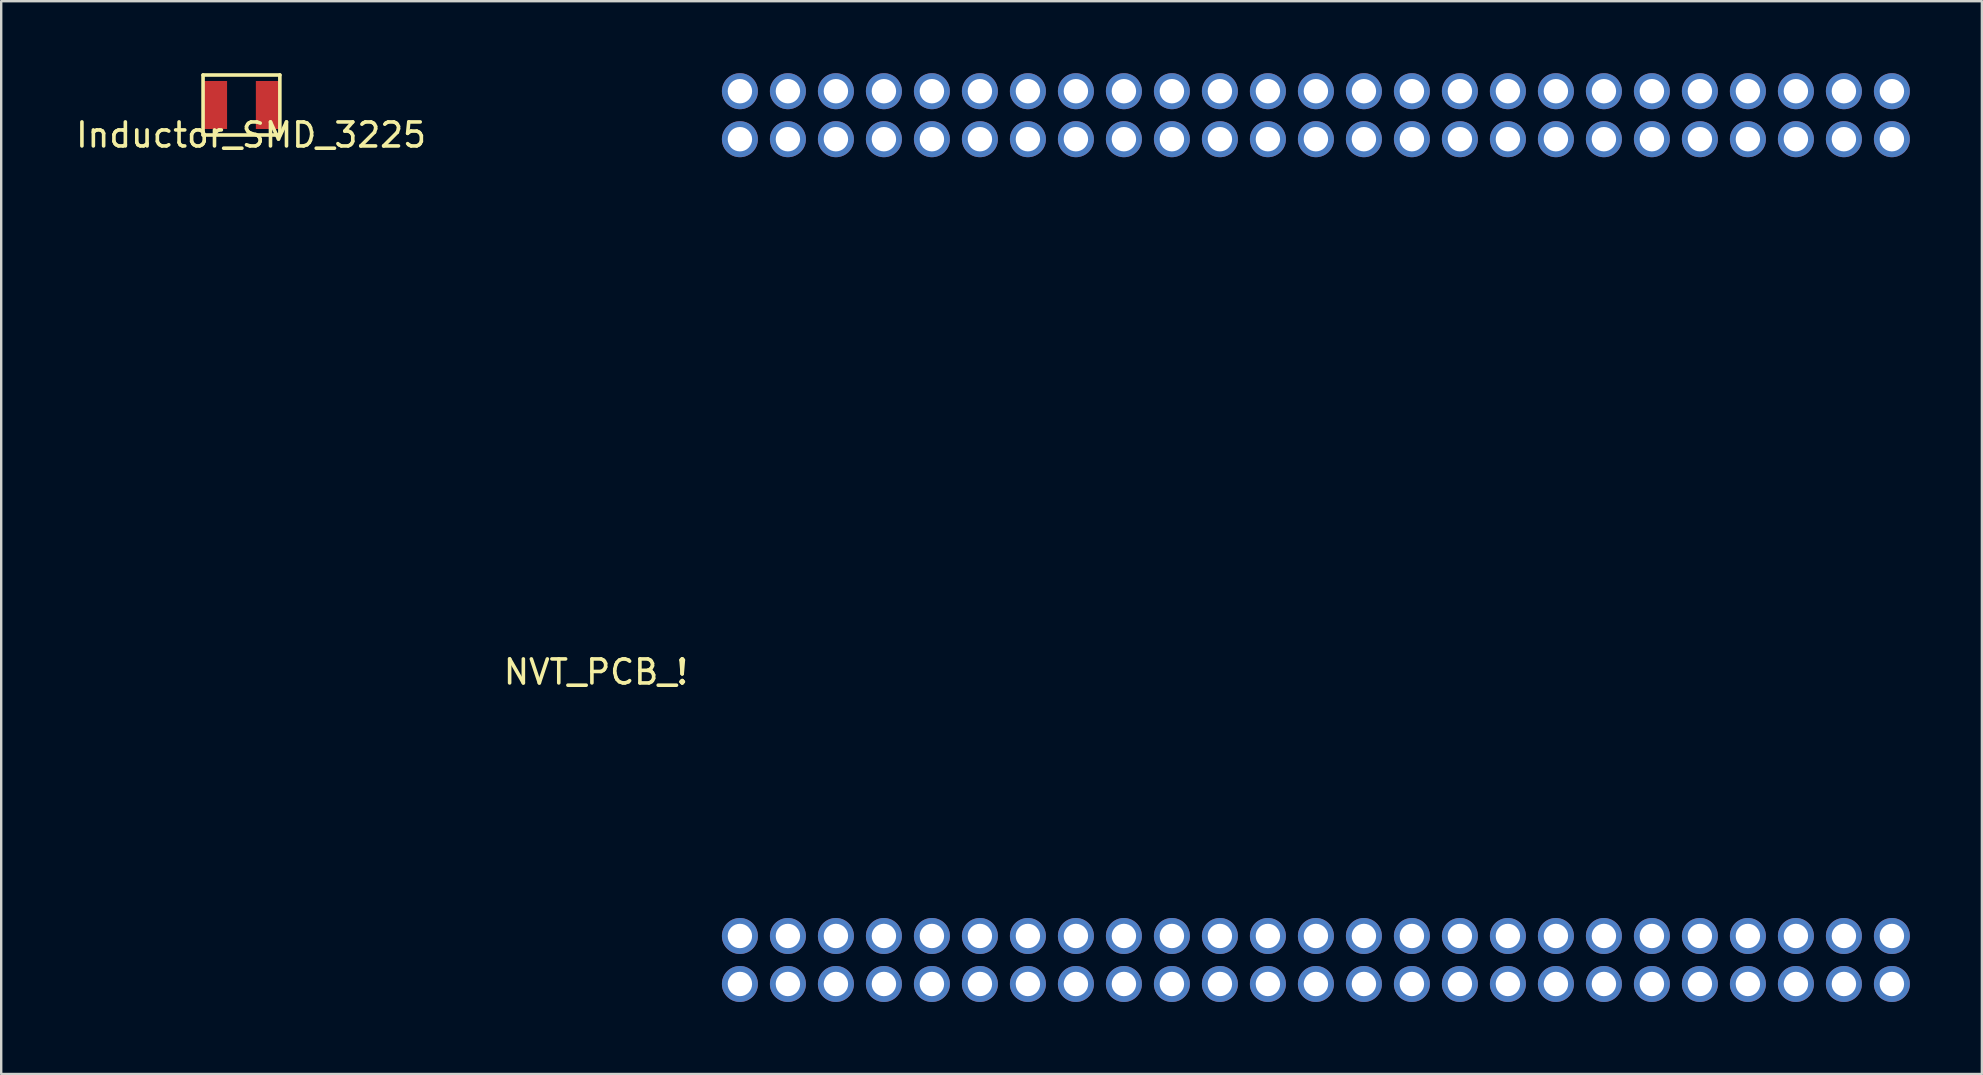
<source format=kicad_pcb>
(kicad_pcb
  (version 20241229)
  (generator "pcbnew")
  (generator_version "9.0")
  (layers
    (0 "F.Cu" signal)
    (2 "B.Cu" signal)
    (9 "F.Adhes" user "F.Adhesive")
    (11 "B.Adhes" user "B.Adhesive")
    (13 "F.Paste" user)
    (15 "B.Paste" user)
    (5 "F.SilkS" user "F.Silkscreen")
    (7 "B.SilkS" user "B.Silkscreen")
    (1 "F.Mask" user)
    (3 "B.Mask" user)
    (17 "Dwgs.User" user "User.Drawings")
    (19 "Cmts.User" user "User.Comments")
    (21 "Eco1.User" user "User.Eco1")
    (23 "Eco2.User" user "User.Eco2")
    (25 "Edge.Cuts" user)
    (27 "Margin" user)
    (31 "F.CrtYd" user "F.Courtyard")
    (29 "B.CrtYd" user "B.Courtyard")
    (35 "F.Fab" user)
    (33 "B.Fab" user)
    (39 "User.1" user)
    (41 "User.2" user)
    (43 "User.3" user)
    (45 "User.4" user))
  (footprint "Inductor_SMD_3225"
    (layer "F.Cu")
    (at 7.411 2.075)
    (property "Reference" "Inductor_SMD_3225" (at 0 0.5 0) (layer "F.SilkS") (effects (font (size 1 1) (thickness 0.15))))
    (attr through_hole)
    (fp_line (start -2 -2) (end 1.2 -2) (stroke (width 0.15) (type solid)) (layer "F.SilkS"))
    (fp_line (start -2 0.5) (end -2 -2) (stroke (width 0.15) (type solid)) (layer "F.SilkS"))
    (fp_line (start 1.2 -2) (end 1.2 0.5) (stroke (width 0.15) (type solid)) (layer "F.SilkS"))
    (fp_line (start 1.2 0.5) (end -2 0.5) (stroke (width 0.15) (type solid)) (layer "F.SilkS"))
    (pad "1" smd rect (at -1.5 -0.75) (size 1 2) (layers "F.Cu" "F.Mask" "F.Paste"))
    (pad "2" smd rect (at 0.7 -0.75) (size 1 2) (layers "F.Cu" "F.Mask" "F.Paste")))
  (footprint "NVT_PCB_!"
    (layer "F.Cu")
    (at 27.78 37.95)
    (property "Reference" "NVT_PCB_!" (at -6 -13 0) (layer "F.SilkS") (effects (font (size 1 1) (thickness 0.15))))
    (attr through_hole)
    (pad "1" thru_hole circle (at 0 -35.2 180) (size 1.5 1.5) (drill 1.016) (layers "*.Cu" "*.Mask"))
    (pad "1" thru_hole circle (at 0 0 180) (size 1.5 1.5) (drill 1.016) (layers "*.Cu" "*.Mask"))
    (pad "2" thru_hole circle (at 0 -37.2 180) (size 1.5 1.5) (drill 1.016) (layers "*.Cu" "*.Mask"))
    (pad "2" thru_hole circle (at 0 -2 180) (size 1.5 1.5) (drill 1.016) (layers "*.Cu" "*.Mask"))
    (pad "3" thru_hole circle (at 2 -35.2 180) (size 1.5 1.5) (drill 1.016) (layers "*.Cu" "*.Mask"))
    (pad "3" thru_hole circle (at 2 0 180) (size 1.5 1.5) (drill 1.016) (layers "*.Cu" "*.Mask"))
    (pad "4" thru_hole circle (at 2 -37.2 180) (size 1.5 1.5) (drill 1.016) (layers "*.Cu" "*.Mask"))
    (pad "4" thru_hole circle (at 2 -2 180) (size 1.5 1.5) (drill 1.016) (layers "*.Cu" "*.Mask"))
    (pad "5" thru_hole circle (at 4 -35.2 180) (size 1.5 1.5) (drill 1.016) (layers "*.Cu" "*.Mask"))
    (pad "5" thru_hole circle (at 4 0 180) (size 1.5 1.5) (drill 1.016) (layers "*.Cu" "*.Mask"))
    (pad "6" thru_hole circle (at 4 -37.2 180) (size 1.5 1.5) (drill 1.016) (layers "*.Cu" "*.Mask"))
    (pad "6" thru_hole circle (at 4 -2 180) (size 1.5 1.5) (drill 1.016) (layers "*.Cu" "*.Mask"))
    (pad "7" thru_hole circle (at 6 -35.2 180) (size 1.5 1.5) (drill 1.016) (layers "*.Cu" "*.Mask"))
    (pad "7" thru_hole circle (at 6 0 180) (size 1.5 1.5) (drill 1.016) (layers "*.Cu" "*.Mask"))
    (pad "8" thru_hole circle (at 6 -37.2 180) (size 1.5 1.5) (drill 1.016) (layers "*.Cu" "*.Mask"))
    (pad "8" thru_hole circle (at 6 -2 180) (size 1.5 1.5) (drill 1.016) (layers "*.Cu" "*.Mask"))
    (pad "9" thru_hole circle (at 8 -35.2 180) (size 1.5 1.5) (drill 1.016) (layers "*.Cu" "*.Mask"))
    (pad "9" thru_hole circle (at 8 0 180) (size 1.5 1.5) (drill 1.016) (layers "*.Cu" "*.Mask"))
    (pad "10" thru_hole circle (at 8 -37.2 180) (size 1.5 1.5) (drill 1.016) (layers "*.Cu" "*.Mask"))
    (pad "10" thru_hole circle (at 8 -2 180) (size 1.5 1.5) (drill 1.016) (layers "*.Cu" "*.Mask"))
    (pad "11" thru_hole circle (at 10 -35.2 180) (size 1.5 1.5) (drill 1.016) (layers "*.Cu" "*.Mask"))
    (pad "11" thru_hole circle (at 10 0 180) (size 1.5 1.5) (drill 1.016) (layers "*.Cu" "*.Mask"))
    (pad "12" thru_hole circle (at 10 -37.2 180) (size 1.5 1.5) (drill 1.016) (layers "*.Cu" "*.Mask"))
    (pad "12" thru_hole circle (at 10 -2 180) (size 1.5 1.5) (drill 1.016) (layers "*.Cu" "*.Mask"))
    (pad "13" thru_hole circle (at 12 -35.2 180) (size 1.5 1.5) (drill 1.016) (layers "*.Cu" "*.Mask"))
    (pad "13" thru_hole circle (at 12 0 180) (size 1.5 1.5) (drill 1.016) (layers "*.Cu" "*.Mask"))
    (pad "14" thru_hole circle (at 12 -37.2 180) (size 1.5 1.5) (drill 1.016) (layers "*.Cu" "*.Mask"))
    (pad "14" thru_hole circle (at 12 -2 180) (size 1.5 1.5) (drill 1.016) (layers "*.Cu" "*.Mask"))
    (pad "15" thru_hole circle (at 14 -35.2 180) (size 1.5 1.5) (drill 1.016) (layers "*.Cu" "*.Mask"))
    (pad "15" thru_hole circle (at 14 0 180) (size 1.5 1.5) (drill 1.016) (layers "*.Cu" "*.Mask"))
    (pad "16" thru_hole circle (at 14 -37.2 180) (size 1.5 1.5) (drill 1.016) (layers "*.Cu" "*.Mask"))
    (pad "16" thru_hole circle (at 14 -2 180) (size 1.5 1.5) (drill 1.016) (layers "*.Cu" "*.Mask"))
    (pad "17" thru_hole circle (at 16 -35.2 180) (size 1.5 1.5) (drill 1.016) (layers "*.Cu" "*.Mask"))
    (pad "17" thru_hole circle (at 16 0 180) (size 1.5 1.5) (drill 1.016) (layers "*.Cu" "*.Mask"))
    (pad "18" thru_hole circle (at 16 -37.2 180) (size 1.5 1.5) (drill 1.016) (layers "*.Cu" "*.Mask"))
    (pad "18" thru_hole circle (at 16 -2 180) (size 1.5 1.5) (drill 1.016) (layers "*.Cu" "*.Mask"))
    (pad "19" thru_hole circle (at 18 -35.2 180) (size 1.5 1.5) (drill 1.016) (layers "*.Cu" "*.Mask"))
    (pad "19" thru_hole circle (at 18 0 180) (size 1.5 1.5) (drill 1.016) (layers "*.Cu" "*.Mask"))
    (pad "20" thru_hole circle (at 18 -37.2 180) (size 1.5 1.5) (drill 1.016) (layers "*.Cu" "*.Mask"))
    (pad "20" thru_hole circle (at 18 -2 180) (size 1.5 1.5) (drill 1.016) (layers "*.Cu" "*.Mask"))
    (pad "21" thru_hole circle (at 20 -35.2 180) (size 1.5 1.5) (drill 1.016) (layers "*.Cu" "*.Mask"))
    (pad "21" thru_hole circle (at 20 0 180) (size 1.5 1.5) (drill 1.016) (layers "*.Cu" "*.Mask"))
    (pad "22" thru_hole circle (at 20 -37.2 180) (size 1.5 1.5) (drill 1.016) (layers "*.Cu" "*.Mask"))
    (pad "22" thru_hole circle (at 20 -2 180) (size 1.5 1.5) (drill 1.016) (layers "*.Cu" "*.Mask"))
    (pad "23" thru_hole circle (at 22 -35.2 180) (size 1.5 1.5) (drill 1.016) (layers "*.Cu" "*.Mask"))
    (pad "23" thru_hole circle (at 22 0 180) (size 1.5 1.5) (drill 1.016) (layers "*.Cu" "*.Mask"))
    (pad "24" thru_hole circle (at 22 -37.2 180) (size 1.5 1.5) (drill 1.016) (layers "*.Cu" "*.Mask"))
    (pad "24" thru_hole circle (at 22 -2 180) (size 1.5 1.5) (drill 1.016) (layers "*.Cu" "*.Mask"))
    (pad "25" thru_hole circle (at 24 -35.2) (size 1.5 1.5) (drill 1.016) (layers "*.Cu" "*.Mask"))
    (pad "25" thru_hole circle (at 24 0) (size 1.5 1.5) (drill 1.016) (layers "*.Cu" "*.Mask"))
    (pad "26" thru_hole circle (at 24 -37.2) (size 1.5 1.5) (drill 1.016) (layers "*.Cu" "*.Mask"))
    (pad "26" thru_hole circle (at 24 -2) (size 1.5 1.5) (drill 1.016) (layers "*.Cu" "*.Mask"))
    (pad "27" thru_hole circle (at 26 -35.2) (size 1.5 1.5) (drill 1.016) (layers "*.Cu" "*.Mask"))
    (pad "27" thru_hole circle (at 26 0) (size 1.5 1.5) (drill 1.016) (layers "*.Cu" "*.Mask"))
    (pad "28" thru_hole circle (at 26 -37.2) (size 1.5 1.5) (drill 1.016) (layers "*.Cu" "*.Mask"))
    (pad "28" thru_hole circle (at 26 -2) (size 1.5 1.5) (drill 1.016) (layers "*.Cu" "*.Mask"))
    (pad "29" thru_hole circle (at 28 -35.2) (size 1.5 1.5) (drill 1.016) (layers "*.Cu" "*.Mask"))
    (pad "29" thru_hole circle (at 28 0) (size 1.5 1.5) (drill 1.016) (layers "*.Cu" "*.Mask"))
    (pad "30" thru_hole circle (at 28 -37.2) (size 1.5 1.5) (drill 1.016) (layers "*.Cu" "*.Mask"))
    (pad "30" thru_hole circle (at 28 -2) (size 1.5 1.5) (drill 1.016) (layers "*.Cu" "*.Mask"))
    (pad "31" thru_hole circle (at 30 -35.2) (size 1.5 1.5) (drill 1.016) (layers "*.Cu" "*.Mask"))
    (pad "31" thru_hole circle (at 30 0) (size 1.5 1.5) (drill 1.016) (layers "*.Cu" "*.Mask"))
    (pad "32" thru_hole circle (at 30 -37.2) (size 1.5 1.5) (drill 1.016) (layers "*.Cu" "*.Mask"))
    (pad "32" thru_hole circle (at 30 -2) (size 1.5 1.5) (drill 1.016) (layers "*.Cu" "*.Mask"))
    (pad "33" thru_hole circle (at 32 -35.2) (size 1.5 1.5) (drill 1.016) (layers "*.Cu" "*.Mask"))
    (pad "33" thru_hole circle (at 32 0) (size 1.5 1.5) (drill 1.016) (layers "*.Cu" "*.Mask"))
    (pad "34" thru_hole circle (at 32 -37.2) (size 1.5 1.5) (drill 1.016) (layers "*.Cu" "*.Mask"))
    (pad "34" thru_hole circle (at 32 -2) (size 1.5 1.5) (drill 1.016) (layers "*.Cu" "*.Mask"))
    (pad "35" thru_hole circle (at 34 -35.2) (size 1.5 1.5) (drill 1.016) (layers "*.Cu" "*.Mask"))
    (pad "35" thru_hole circle (at 34 0) (size 1.5 1.5) (drill 1.016) (layers "*.Cu" "*.Mask"))
    (pad "36" thru_hole circle (at 34 -37.2) (size 1.5 1.5) (drill 1.016) (layers "*.Cu" "*.Mask"))
    (pad "36" thru_hole circle (at 34 -2) (size 1.5 1.5) (drill 1.016) (layers "*.Cu" "*.Mask"))
    (pad "37" thru_hole circle (at 36 -35.2) (size 1.5 1.5) (drill 1.016) (layers "*.Cu" "*.Mask"))
    (pad "37" thru_hole circle (at 36 0) (size 1.5 1.5) (drill 1.016) (layers "*.Cu" "*.Mask"))
    (pad "38" thru_hole circle (at 36 -37.2) (size 1.5 1.5) (drill 1.016) (layers "*.Cu" "*.Mask"))
    (pad "38" thru_hole circle (at 36 -2) (size 1.5 1.5) (drill 1.016) (layers "*.Cu" "*.Mask"))
    (pad "39" thru_hole circle (at 38 -35.2) (size 1.5 1.5) (drill 1.016) (layers "*.Cu" "*.Mask"))
    (pad "39" thru_hole circle (at 38 0) (size 1.5 1.5) (drill 1.016) (layers "*.Cu" "*.Mask"))
    (pad "40" thru_hole circle (at 38 -37.2) (size 1.5 1.5) (drill 1.016) (layers "*.Cu" "*.Mask"))
    (pad "40" thru_hole circle (at 38 -2) (size 1.5 1.5) (drill 1.016) (layers "*.Cu" "*.Mask"))
    (pad "41" thru_hole circle (at 40 -35.2) (size 1.5 1.5) (drill 1.016) (layers "*.Cu" "*.Mask"))
    (pad "41" thru_hole circle (at 40 0) (size 1.5 1.5) (drill 1.016) (layers "*.Cu" "*.Mask"))
    (pad "42" thru_hole circle (at 40 -37.2) (size 1.5 1.5) (drill 1.016) (layers "*.Cu" "*.Mask"))
    (pad "42" thru_hole circle (at 40 -2) (size 1.5 1.5) (drill 1.016) (layers "*.Cu" "*.Mask"))
    (pad "43" thru_hole circle (at 42 -35.2) (size 1.5 1.5) (drill 1.016) (layers "*.Cu" "*.Mask"))
    (pad "43" thru_hole circle (at 42 0) (size 1.5 1.5) (drill 1.016) (layers "*.Cu" "*.Mask"))
    (pad "44" thru_hole circle (at 42 -37.2) (size 1.5 1.5) (drill 1.016) (layers "*.Cu" "*.Mask"))
    (pad "44" thru_hole circle (at 42 -2) (size 1.5 1.5) (drill 1.016) (layers "*.Cu" "*.Mask"))
    (pad "45" thru_hole circle (at 44 -35.2) (size 1.5 1.5) (drill 1.016) (layers "*.Cu" "*.Mask"))
    (pad "45" thru_hole circle (at 44 0) (size 1.5 1.5) (drill 1.016) (layers "*.Cu" "*.Mask"))
    (pad "46" thru_hole circle (at 44 -37.2) (size 1.5 1.5) (drill 1.016) (layers "*.Cu" "*.Mask"))
    (pad "46" thru_hole circle (at 44 -2) (size 1.5 1.5) (drill 1.016) (layers "*.Cu" "*.Mask"))
    (pad "47" thru_hole circle (at 46 -35.2) (size 1.5 1.5) (drill 1.016) (layers "*.Cu" "*.Mask"))
    (pad "47" thru_hole circle (at 46 0) (size 1.5 1.5) (drill 1.016) (layers "*.Cu" "*.Mask"))
    (pad "48" thru_hole circle (at 46 -37.2) (size 1.5 1.5) (drill 1.016) (layers "*.Cu" "*.Mask"))
    (pad "48" thru_hole circle (at 46 -2) (size 1.5 1.5) (drill 1.016) (layers "*.Cu" "*.Mask"))
    (pad "49" thru_hole circle (at 48 -35.2) (size 1.5 1.5) (drill 1.016) (layers "*.Cu" "*.Mask"))
    (pad "49" thru_hole circle (at 48 0) (size 1.5 1.5) (drill 1.016) (layers "*.Cu" "*.Mask"))
    (pad "50" thru_hole circle (at 48 -37.2) (size 1.5 1.5) (drill 1.016) (layers "*.Cu" "*.Mask"))
    (pad "50" thru_hole circle (at 48 -2) (size 1.5 1.5) (drill 1.016) (layers "*.Cu" "*.Mask")))
  (gr_rect
    (start -3 -3)
    (end 79.53 41.7)
    (stroke (width 0.1) (type default))
    (fill no)
    (layer "Edge.Cuts")))
</source>
